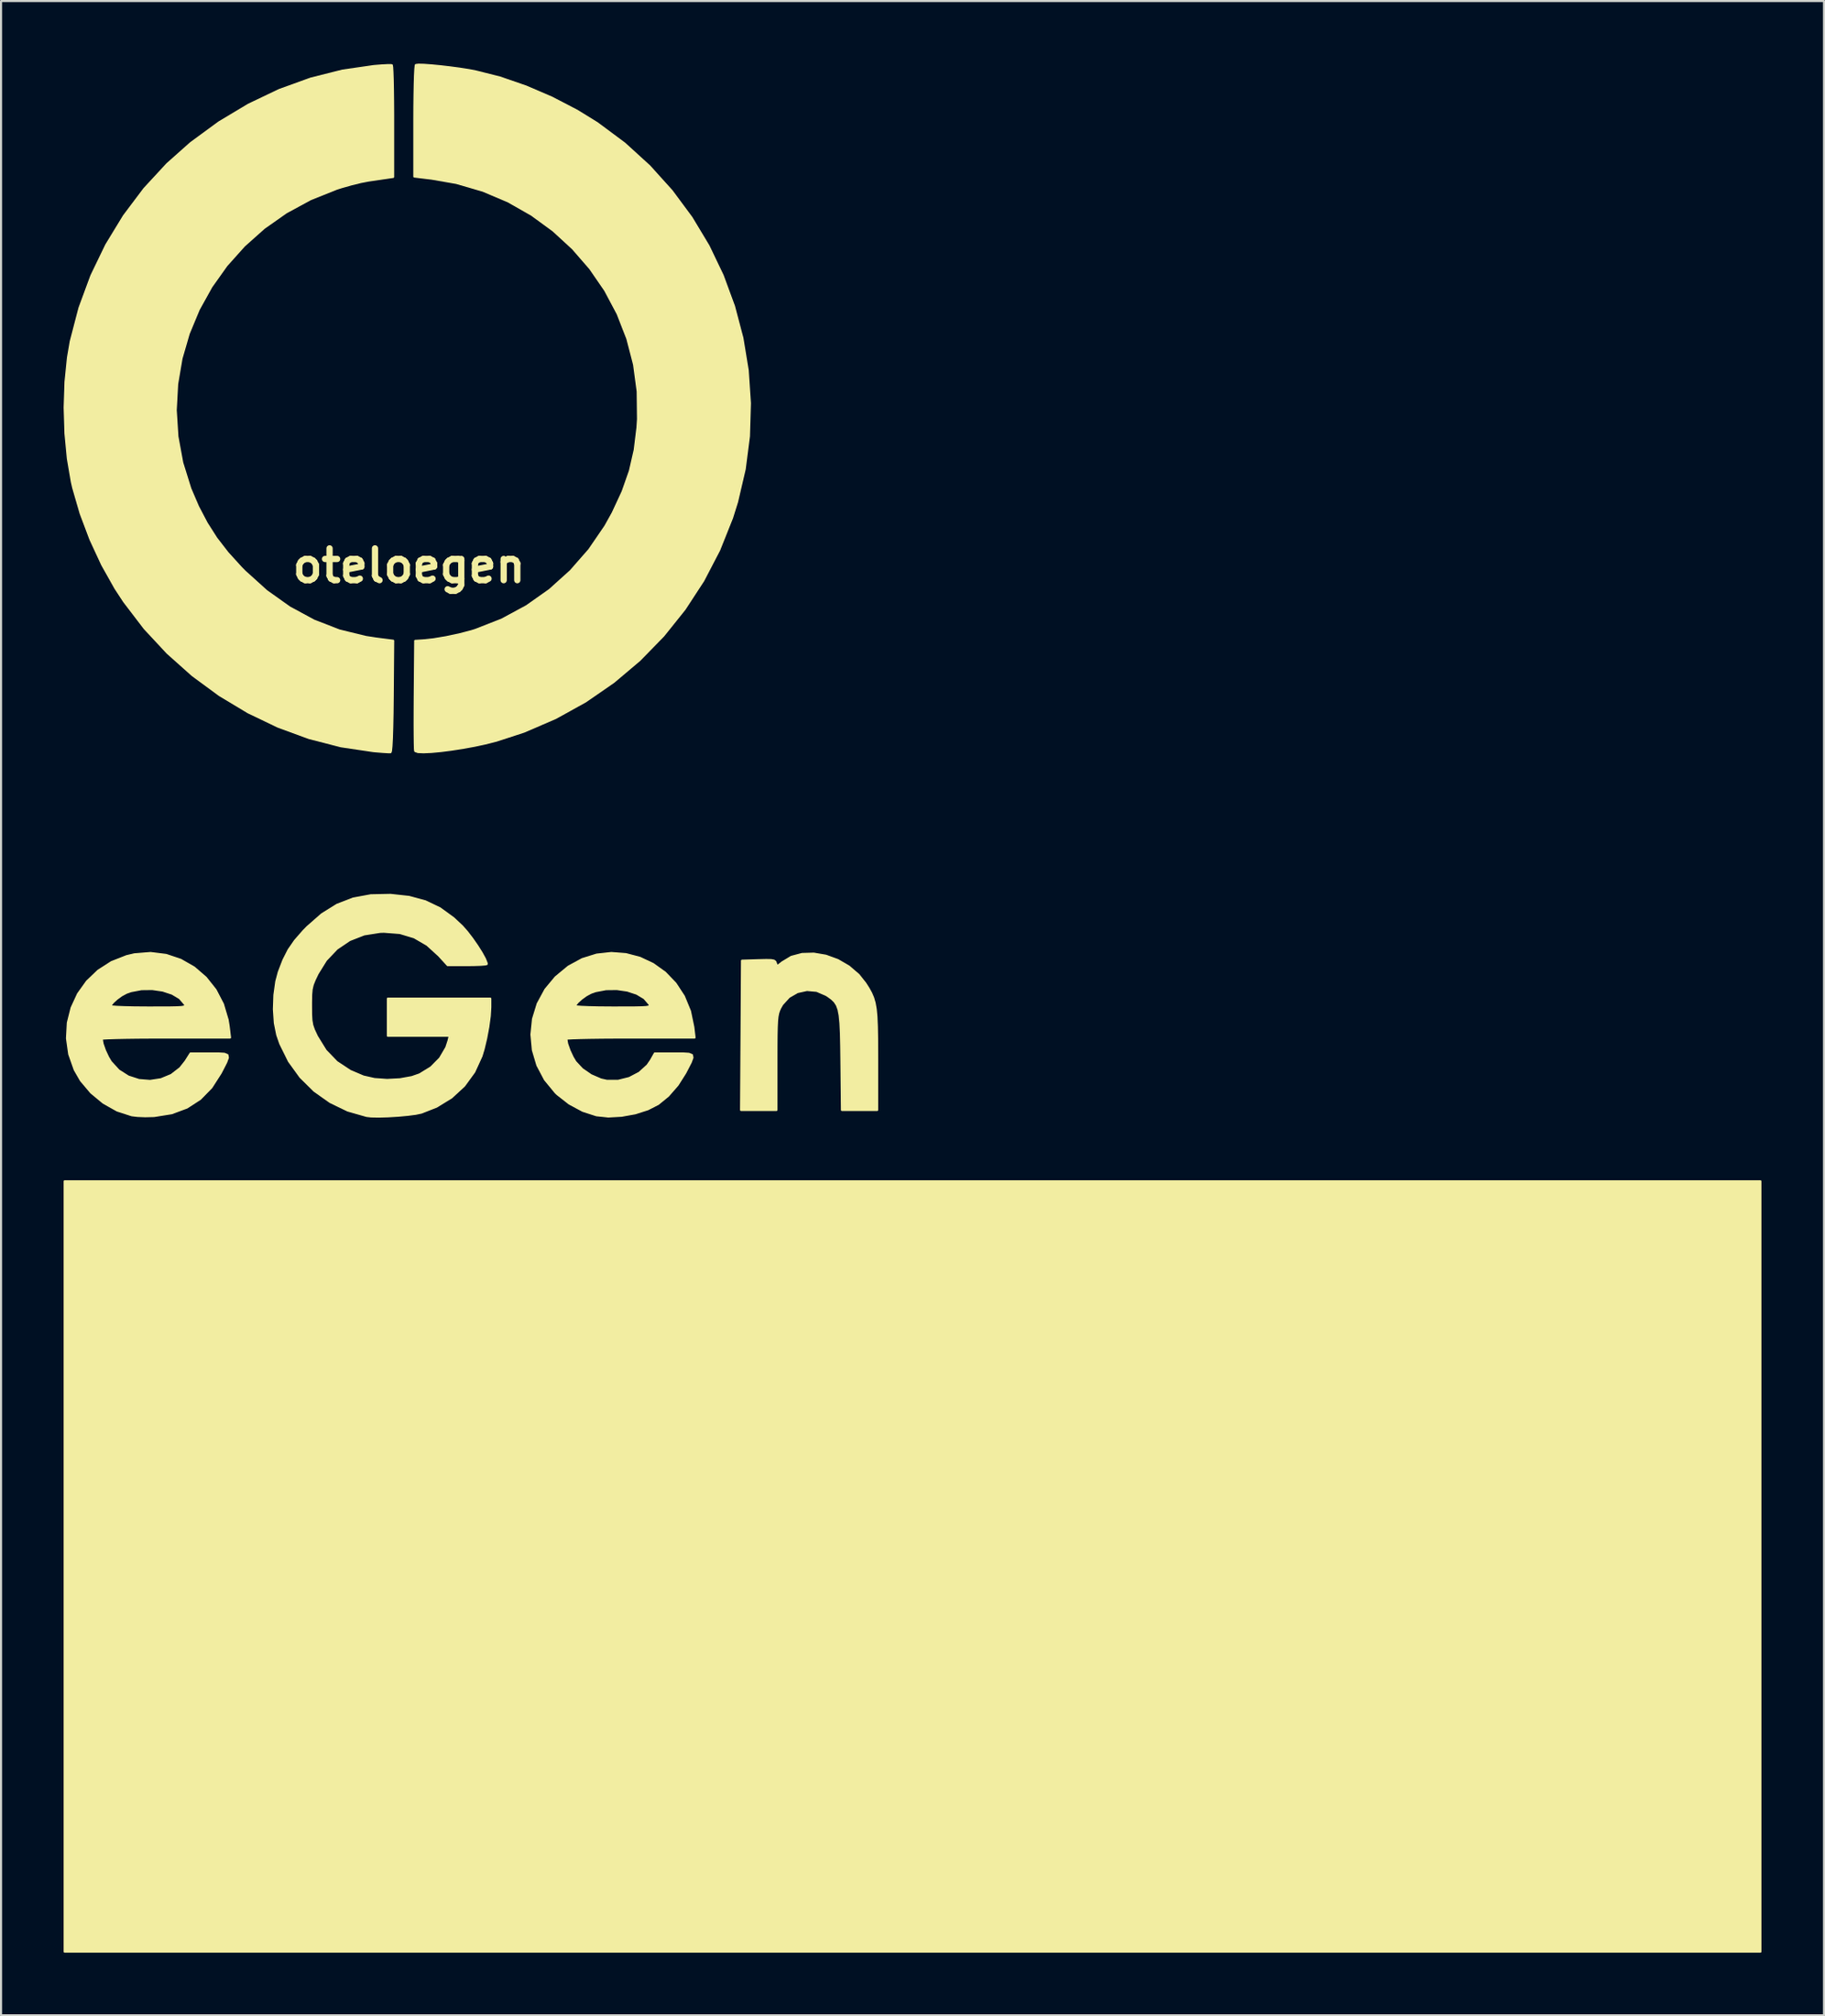
<source format=kicad_pcb>
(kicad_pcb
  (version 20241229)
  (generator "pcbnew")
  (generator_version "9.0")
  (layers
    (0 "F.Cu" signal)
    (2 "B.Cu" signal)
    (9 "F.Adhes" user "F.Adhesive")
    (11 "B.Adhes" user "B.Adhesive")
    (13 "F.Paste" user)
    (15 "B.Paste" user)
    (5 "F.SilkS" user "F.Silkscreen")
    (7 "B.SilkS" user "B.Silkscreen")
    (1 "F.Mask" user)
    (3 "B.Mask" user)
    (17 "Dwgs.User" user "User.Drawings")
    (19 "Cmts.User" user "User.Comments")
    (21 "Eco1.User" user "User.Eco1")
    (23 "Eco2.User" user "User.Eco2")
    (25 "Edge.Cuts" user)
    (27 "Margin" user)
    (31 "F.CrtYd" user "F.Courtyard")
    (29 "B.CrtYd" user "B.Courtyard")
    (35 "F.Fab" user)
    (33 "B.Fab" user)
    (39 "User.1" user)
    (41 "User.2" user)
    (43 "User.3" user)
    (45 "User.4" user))
  (footprint "würth"
    (layer "F.Cu")
    (at 40.69 72.013)
    (property "Reference" "würth" (at 0 0 0) (layer "F.SilkS") (effects (font (size 1.524 1.524) (thickness 0.3))))
    (attr through_hole)
    (fp_poly (pts (xy 40.64 18.457) (xy 0 18.457) (xy -40.64 18.457) (xy -40.64 0) (xy -40.64 -18.457) (xy 0 -18.457) (xy 40.64 -18.457) (xy 40.64 0) (xy 40.64 18.457)) (stroke (width 0.1) (type solid)) (fill yes) (layer "F.SilkS")))
  (footprint "oteloegen"
    (layer "F.Cu")
    (at 16.557 24.062)
    (property "Reference" "oteloegen" (at 0 0 0) (layer "F.SilkS") (effects (font (size 1.524 1.524) (thickness 0.3))))
    (attr through_hole)
    (fp_poly (pts (xy 22.437 26.077) (xy 21.594 26.077) (xy 20.751 26.077) (xy 20.726 23.77) (xy 20.716 23.011) (xy 20.702 22.4) (xy 20.678 21.919) (xy 20.641 21.547) (xy 20.586 21.265) (xy 20.507 21.051) (xy 20.401 20.887) (xy 20.263 20.751) (xy 20.089 20.625) (xy 19.992 20.563) (xy 19.541 20.368) (xy 19.072 20.326) (xy 18.619 20.427) (xy 18.213 20.66) (xy 17.888 21.017) (xy 17.785 21.198) (xy 17.733 21.316) (xy 17.692 21.443) (xy 17.661 21.599) (xy 17.639 21.808) (xy 17.625 22.091) (xy 17.616 22.471) (xy 17.612 22.969) (xy 17.611 23.609) (xy 17.611 23.818) (xy 17.611 26.077) (xy 16.763 26.077) (xy 15.915 26.077) (xy 15.938 22.5) (xy 15.96 18.923) (xy 16.75 18.899) (xy 17.121 18.89) (xy 17.357 18.895) (xy 17.491 18.921) (xy 17.557 18.973) (xy 17.585 19.046) (xy 17.622 19.151) (xy 17.684 19.158) (xy 17.815 19.062) (xy 17.88 19.008) (xy 18.323 18.74) (xy 18.839 18.602) (xy 19.401 18.586) (xy 19.981 18.686) (xy 20.551 18.894) (xy 21.083 19.203) (xy 21.551 19.607) (xy 21.867 20.005) (xy 22.023 20.25) (xy 22.148 20.475) (xy 22.245 20.701) (xy 22.317 20.952) (xy 22.369 21.25) (xy 22.403 21.618) (xy 22.423 22.078) (xy 22.433 22.654) (xy 22.436 23.368) (xy 22.437 23.679) (xy 22.437 26.077)) (stroke (width 0.1) (type solid)) (fill yes) (layer "F.SilkS"))
    (fp_poly (pts (xy -0.76 3.591) (xy -0.782 6.254) (xy -0.791 7.057) (xy -0.805 7.727) (xy -0.822 8.257) (xy -0.843 8.64) (xy -0.866 8.868) (xy -0.889 8.934) (xy -1.007 8.934) (xy -1.249 8.919) (xy -1.572 8.893) (xy -1.713 8.88) (xy -3.264 8.648) (xy -4.79 8.255) (xy -6.277 7.71) (xy -7.714 7.021) (xy -9.085 6.197) (xy -10.379 5.246) (xy -11.581 4.175) (xy -12.679 2.995) (xy -13.659 1.712) (xy -14.075 1.077) (xy -14.708 -0.048) (xy -15.271 -1.261) (xy -15.741 -2.509) (xy -16.097 -3.735) (xy -16.163 -4.022) (xy -16.354 -5.137) (xy -16.469 -6.34) (xy -16.507 -7.581) (xy -16.467 -8.809) (xy -16.349 -9.974) (xy -16.215 -10.753) (xy -15.797 -12.355) (xy -15.227 -13.9) (xy -14.515 -15.374) (xy -13.667 -16.766) (xy -12.692 -18.062) (xy -11.596 -19.249) (xy -10.464 -20.255) (xy -9.108 -21.249) (xy -7.69 -22.098) (xy -6.223 -22.798) (xy -4.718 -23.343) (xy -3.188 -23.729) (xy -1.685 -23.947) (xy -1.333 -23.975) (xy -1.046 -23.991) (xy -0.865 -23.992) (xy -0.826 -23.985) (xy -0.81 -23.895) (xy -0.796 -23.657) (xy -0.783 -23.29) (xy -0.773 -22.815) (xy -0.766 -22.254) (xy -0.762 -21.626) (xy -0.762 -21.293) (xy -0.762 -18.634) (xy -1.037 -18.593) (xy -1.259 -18.561) (xy -1.58 -18.513) (xy -1.933 -18.461) (xy -1.947 -18.459) (xy -2.31 -18.389) (xy -2.76 -18.278) (xy -3.227 -18.146) (xy -3.467 -18.069) (xy -4.726 -17.565) (xy -5.889 -16.934) (xy -6.95 -16.188) (xy -7.905 -15.337) (xy -8.749 -14.394) (xy -9.476 -13.371) (xy -10.082 -12.279) (xy -10.56 -11.13) (xy -10.907 -9.936) (xy -11.116 -8.708) (xy -11.184 -7.458) (xy -11.104 -6.198) (xy -10.872 -4.939) (xy -10.483 -3.693) (xy -10.115 -2.836) (xy -9.696 -2.038) (xy -9.235 -1.316) (xy -8.7 -0.624) (xy -8.055 0.086) (xy -7.879 0.266) (xy -6.837 1.206) (xy -5.731 1.993) (xy -4.566 2.624) (xy -3.346 3.098) (xy -2.076 3.41) (xy -1.547 3.491) (xy -0.76 3.591)) (stroke (width 0.1) (type solid)) (fill yes) (layer "F.SilkS"))
    (fp_poly (pts (xy 13.685 22.606) (xy 11.539 22.606) (xy 11.539 21.049) (xy 11.514 20.996) (xy 11.277 20.72) (xy 10.915 20.504) (xy 10.464 20.355) (xy 9.961 20.281) (xy 9.441 20.287) (xy 8.94 20.383) (xy 8.721 20.46) (xy 8.495 20.581) (xy 8.263 20.748) (xy 8.072 20.922) (xy 7.967 21.064) (xy 7.959 21.098) (xy 8.039 21.118) (xy 8.265 21.136) (xy 8.611 21.15) (xy 9.053 21.161) (xy 9.566 21.166) (xy 9.782 21.167) (xy 10.381 21.166) (xy 10.831 21.164) (xy 11.151 21.157) (xy 11.362 21.144) (xy 11.484 21.123) (xy 11.536 21.092) (xy 11.539 21.049) (xy 11.539 22.606) (xy 10.61 22.606) (xy 9.908 22.608) (xy 9.261 22.612) (xy 8.691 22.62) (xy 8.214 22.63) (xy 7.85 22.642) (xy 7.618 22.655) (xy 7.536 22.669) (xy 7.536 22.669) (xy 7.58 22.911) (xy 7.691 23.227) (xy 7.843 23.553) (xy 7.973 23.77) (xy 8.295 24.117) (xy 8.723 24.411) (xy 9.195 24.616) (xy 9.476 24.679) (xy 10.024 24.68) (xy 10.557 24.546) (xy 11.038 24.294) (xy 11.426 23.942) (xy 11.592 23.701) (xy 11.78 23.368) (xy 12.711 23.368) (xy 13.138 23.368) (xy 13.416 23.385) (xy 13.56 23.444) (xy 13.584 23.57) (xy 13.503 23.789) (xy 13.33 24.127) (xy 13.24 24.299) (xy 12.872 24.88) (xy 12.422 25.395) (xy 11.945 25.786) (xy 11.444 26.043) (xy 10.84 26.236) (xy 10.189 26.354) (xy 9.549 26.389) (xy 8.984 26.33) (xy 8.325 26.116) (xy 7.68 25.769) (xy 7.104 25.318) (xy 7.022 25.239) (xy 6.514 24.619) (xy 6.152 23.934) (xy 5.936 23.208) (xy 5.866 22.46) (xy 5.943 21.714) (xy 6.166 20.989) (xy 6.535 20.307) (xy 7.021 19.721) (xy 7.638 19.21) (xy 8.301 18.849) (xy 8.993 18.633) (xy 9.697 18.555) (xy 10.394 18.609) (xy 11.067 18.787) (xy 11.699 19.085) (xy 12.273 19.496) (xy 12.77 20.013) (xy 13.173 20.629) (xy 13.466 21.34) (xy 13.626 22.109) (xy 13.685 22.606)) (stroke (width 0.1) (type solid)) (fill yes) (layer "F.SilkS"))
    (fp_poly (pts (xy -8.582 22.606) (xy -10.729 22.606) (xy -10.729 21.049) (xy -10.753 20.996) (xy -10.991 20.72) (xy -11.353 20.504) (xy -11.803 20.355) (xy -12.307 20.281) (xy -12.827 20.287) (xy -13.328 20.383) (xy -13.547 20.46) (xy -13.772 20.581) (xy -14.004 20.748) (xy -14.195 20.922) (xy -14.301 21.064) (xy -14.309 21.098) (xy -14.228 21.118) (xy -14.003 21.136) (xy -13.657 21.15) (xy -13.215 21.161) (xy -12.701 21.166) (xy -12.485 21.167) (xy -11.886 21.166) (xy -11.437 21.164) (xy -11.116 21.157) (xy -10.905 21.144) (xy -10.784 21.123) (xy -10.732 21.092) (xy -10.729 21.049) (xy -10.729 22.606) (xy -11.657 22.606) (xy -12.359 22.608) (xy -13.006 22.612) (xy -13.577 22.62) (xy -14.053 22.63) (xy -14.417 22.642) (xy -14.65 22.655) (xy -14.732 22.669) (xy -14.732 22.669) (xy -14.688 22.911) (xy -14.577 23.227) (xy -14.424 23.553) (xy -14.295 23.77) (xy -13.916 24.184) (xy -13.457 24.475) (xy -12.946 24.642) (xy -12.413 24.685) (xy -11.887 24.604) (xy -11.396 24.4) (xy -10.972 24.073) (xy -10.715 23.749) (xy -10.474 23.368) (xy -9.549 23.368) (xy -9.127 23.368) (xy -8.851 23.384) (xy -8.708 23.443) (xy -8.683 23.568) (xy -8.763 23.787) (xy -8.934 24.123) (xy -9.03 24.307) (xy -9.473 24.997) (xy -10.012 25.548) (xy -10.648 25.96) (xy -11.379 26.232) (xy -12.207 26.365) (xy -12.265 26.368) (xy -12.643 26.377) (xy -13.012 26.363) (xy -13.293 26.329) (xy -13.293 26.329) (xy -13.99 26.102) (xy -14.65 25.731) (xy -15.241 25.242) (xy -15.73 24.661) (xy -16.024 24.151) (xy -16.289 23.401) (xy -16.396 22.645) (xy -16.355 21.899) (xy -16.175 21.184) (xy -15.867 20.517) (xy -15.439 19.917) (xy -14.901 19.403) (xy -14.264 18.993) (xy -13.536 18.706) (xy -13.163 18.618) (xy -12.389 18.555) (xy -11.644 18.648) (xy -10.943 18.884) (xy -10.303 19.251) (xy -9.742 19.735) (xy -9.275 20.323) (xy -8.921 21.003) (xy -8.695 21.762) (xy -8.646 22.073) (xy -8.582 22.606)) (stroke (width 0.1) (type solid)) (fill yes) (layer "F.SilkS"))
    (fp_poly (pts (xy 16.339 -7.792) (xy 16.292 -6.21) (xy 16.088 -4.629) (xy 15.722 -3.061) (xy 15.481 -2.294) (xy 14.865 -0.753) (xy 14.105 0.707) (xy 13.21 2.078) (xy 12.19 3.351) (xy 11.052 4.517) (xy 9.807 5.568) (xy 8.464 6.496) (xy 7.032 7.29) (xy 5.519 7.944) (xy 4.19 8.378) (xy 3.695 8.505) (xy 3.156 8.621) (xy 2.599 8.724) (xy 2.048 8.81) (xy 1.53 8.877) (xy 1.071 8.92) (xy 0.696 8.937) (xy 0.43 8.925) (xy 0.3 8.88) (xy 0.293 8.869) (xy 0.283 8.76) (xy 0.276 8.503) (xy 0.271 8.121) (xy 0.268 7.634) (xy 0.269 7.065) (xy 0.272 6.435) (xy 0.274 6.18) (xy 0.296 3.598) (xy 0.677 3.575) (xy 1.184 3.52) (xy 1.783 3.42) (xy 2.406 3.287) (xy 2.985 3.135) (xy 3.175 3.076) (xy 4.442 2.58) (xy 5.634 1.936) (xy 6.74 1.156) (xy 7.746 0.25) (xy 8.64 -0.771) (xy 9.409 -1.896) (xy 9.763 -2.532) (xy 10.239 -3.556) (xy 10.586 -4.545) (xy 10.818 -5.552) (xy 10.95 -6.634) (xy 10.975 -7.027) (xy 10.96 -8.352) (xy 10.787 -9.642) (xy 10.463 -10.886) (xy 9.999 -12.075) (xy 9.402 -13.198) (xy 8.682 -14.245) (xy 7.848 -15.205) (xy 6.908 -16.068) (xy 5.871 -16.824) (xy 4.747 -17.463) (xy 3.543 -17.973) (xy 2.27 -18.345) (xy 1.092 -18.551) (xy 0.254 -18.653) (xy 0.254 -21.302) (xy 0.256 -21.955) (xy 0.263 -22.552) (xy 0.273 -23.073) (xy 0.286 -23.497) (xy 0.302 -23.803) (xy 0.319 -23.971) (xy 0.328 -23.996) (xy 0.452 -24.012) (xy 0.711 -24.006) (xy 1.07 -23.98) (xy 1.498 -23.939) (xy 1.96 -23.885) (xy 2.424 -23.823) (xy 2.857 -23.755) (xy 3.154 -23.7) (xy 4.36 -23.396) (xy 5.608 -22.965) (xy 6.856 -22.428) (xy 8.057 -21.803) (xy 9.017 -21.211) (xy 10.329 -20.235) (xy 11.523 -19.147) (xy 12.594 -17.96) (xy 13.539 -16.684) (xy 14.354 -15.33) (xy 15.034 -13.91) (xy 15.577 -12.435) (xy 15.978 -10.916) (xy 16.233 -9.365) (xy 16.339 -7.792)) (stroke (width 0.1) (type solid)) (fill yes) (layer "F.SilkS"))
    (fp_poly (pts (xy 3.895 21.156) (xy 3.869 21.578) (xy 3.799 22.096) (xy 3.696 22.646) (xy 3.572 23.165) (xy 3.472 23.495) (xy 3.125 24.252) (xy 2.642 24.916) (xy 2.036 25.475) (xy 1.321 25.915) (xy 0.593 26.202) (xy 0.317 26.26) (xy -0.074 26.311) (xy -0.533 26.353) (xy -1.009 26.381) (xy -1.455 26.393) (xy -1.822 26.386) (xy -2.032 26.363) (xy -2.939 26.103) (xy -3.782 25.695) (xy -4.544 25.156) (xy -5.208 24.499) (xy -5.756 23.742) (xy -6.173 22.898) (xy -6.318 22.479) (xy -6.433 21.91) (xy -6.478 21.251) (xy -6.454 20.566) (xy -6.363 19.918) (xy -6.244 19.473) (xy -6.02 18.891) (xy -5.774 18.407) (xy -5.469 17.965) (xy -5.072 17.51) (xy -4.874 17.306) (xy -4.176 16.696) (xy -3.451 16.245) (xy -2.677 15.946) (xy -1.834 15.79) (xy -0.9 15.77) (xy -0.889 15.77) (xy -0.003 15.867) (xy 0.777 16.077) (xy 1.478 16.412) (xy 2.132 16.887) (xy 2.546 17.276) (xy 2.778 17.539) (xy 3.026 17.862) (xy 3.268 18.209) (xy 3.479 18.544) (xy 3.637 18.833) (xy 3.719 19.038) (xy 3.725 19.084) (xy 3.646 19.104) (xy 3.432 19.121) (xy 3.117 19.131) (xy 2.788 19.135) (xy 1.85 19.135) (xy 1.431 18.676) (xy 0.865 18.161) (xy 0.247 17.803) (xy -0.437 17.596) (xy -1.2 17.536) (xy -1.393 17.542) (xy -2.154 17.663) (xy -2.848 17.935) (xy -3.462 18.35) (xy -3.982 18.898) (xy -4.384 19.546) (xy -4.525 19.841) (xy -4.617 20.073) (xy -4.669 20.294) (xy -4.692 20.559) (xy -4.699 20.921) (xy -4.699 21.079) (xy -4.696 21.491) (xy -4.679 21.785) (xy -4.638 22.016) (xy -4.563 22.234) (xy -4.443 22.493) (xy -4.411 22.559) (xy -3.995 23.231) (xy -3.467 23.778) (xy -2.822 24.205) (xy -2.187 24.475) (xy -1.657 24.595) (xy -1.054 24.638) (xy -0.437 24.606) (xy 0.134 24.502) (xy 0.511 24.37) (xy 1.051 24.038) (xy 1.484 23.6) (xy 1.787 23.082) (xy 1.895 22.754) (xy 1.951 22.521) (xy 0.467 22.521) (xy -1.016 22.521) (xy -1.016 21.632) (xy -1.016 20.743) (xy 1.439 20.743) (xy 3.895 20.743) (xy 3.895 21.156)) (stroke (width 0.1) (type solid)) (fill yes) (layer "F.SilkS")))
  (gr_rect
    (start -3 -3)
    (end 84.38 93.52)
    (stroke (width 0.1) (type default))
    (fill no)
    (layer "Edge.Cuts")))
</source>
